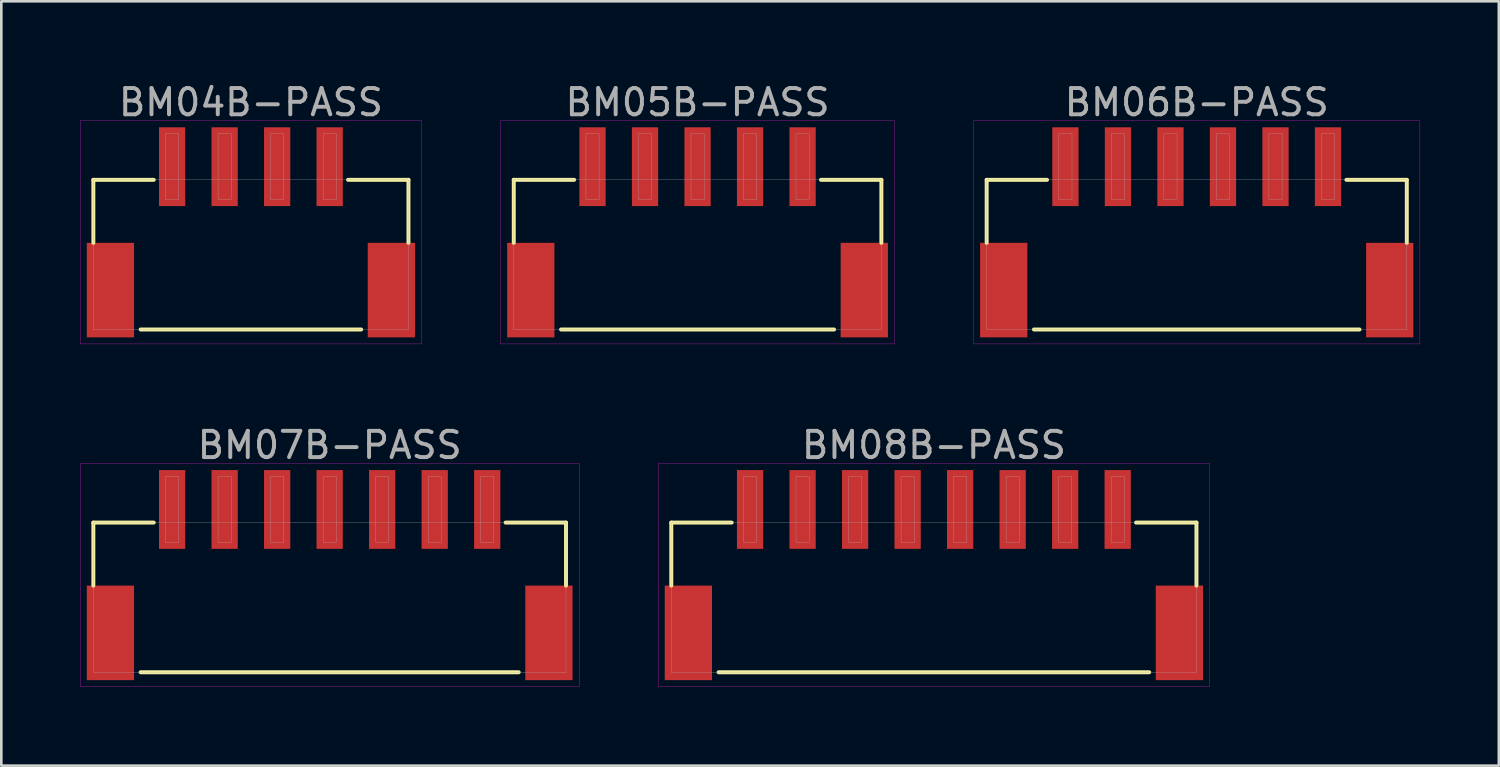
<source format=kicad_pcb>
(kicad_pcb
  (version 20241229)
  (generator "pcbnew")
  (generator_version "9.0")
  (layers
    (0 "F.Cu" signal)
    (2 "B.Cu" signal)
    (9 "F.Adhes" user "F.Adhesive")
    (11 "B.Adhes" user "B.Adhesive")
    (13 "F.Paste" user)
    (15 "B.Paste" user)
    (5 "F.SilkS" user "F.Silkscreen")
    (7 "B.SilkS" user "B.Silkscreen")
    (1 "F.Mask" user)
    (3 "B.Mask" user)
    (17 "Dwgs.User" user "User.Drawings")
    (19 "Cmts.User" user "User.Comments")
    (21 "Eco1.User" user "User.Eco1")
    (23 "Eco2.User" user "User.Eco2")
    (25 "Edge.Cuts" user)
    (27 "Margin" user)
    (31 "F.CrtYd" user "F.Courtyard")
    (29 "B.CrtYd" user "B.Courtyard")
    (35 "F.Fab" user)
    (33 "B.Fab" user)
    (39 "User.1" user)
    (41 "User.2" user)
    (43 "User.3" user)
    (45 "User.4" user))
  (footprint "BM05B-PASS"
    (layer "F.Cu")
    (at 23.515 3.298)
    (property "Reference" "BM05B-PASS" (at 0 -2.45 0) (layer "F.Fab") (effects (font (size 1 1) (thickness 0.15))))
    (attr smd)
    (fp_line (start -7 0.5) (end -4.7 0.5) (stroke (width 0.15) (type solid)) (layer "F.SilkS"))
    (fp_line (start -7 2.9) (end -7 0.5) (stroke (width 0.15) (type solid)) (layer "F.SilkS"))
    (fp_line (start -5.2 6.2) (end 5.2 6.2) (stroke (width 0.15) (type solid)) (layer "F.SilkS"))
    (fp_line (start 7 0.5) (end 4.7 0.5) (stroke (width 0.15) (type solid)) (layer "F.SilkS"))
    (fp_line (start 7 2.9) (end 7 0.5) (stroke (width 0.15) (type solid)) (layer "F.SilkS"))
    (fp_line (start -7.5 -1.75) (end 7.5 -1.75) (stroke (width 0.01) (type solid)) (layer "F.CrtYd"))
    (fp_line (start -7.5 6.75) (end -7.5 -1.75) (stroke (width 0.01) (type solid)) (layer "F.CrtYd"))
    (fp_line (start 7.5 -1.75) (end 7.5 6.75) (stroke (width 0.01) (type solid)) (layer "F.CrtYd"))
    (fp_line (start 7.5 6.75) (end -7.5 6.75) (stroke (width 0.01) (type solid)) (layer "F.CrtYd"))
    (fp_line (start -7 0.5) (end 7 0.5) (stroke (width 0.01) (type solid)) (layer "F.Fab"))
    (fp_line (start -7 6.2) (end -7 0.5) (stroke (width 0.01) (type solid)) (layer "F.Fab"))
    (fp_line (start -4.25 -1.25) (end -3.75 -1.25) (stroke (width 0.01) (type solid)) (layer "F.Fab"))
    (fp_line (start -4.25 1.25) (end -4.25 -1.25) (stroke (width 0.01) (type solid)) (layer "F.Fab"))
    (fp_line (start -3.75 -1.25) (end -3.75 1.25) (stroke (width 0.01) (type solid)) (layer "F.Fab"))
    (fp_line (start -3.75 1.25) (end -4.25 1.25) (stroke (width 0.01) (type solid)) (layer "F.Fab"))
    (fp_line (start -2.25 -1.25) (end -1.75 -1.25) (stroke (width 0.01) (type solid)) (layer "F.Fab"))
    (fp_line (start -2.25 1.25) (end -2.25 -1.25) (stroke (width 0.01) (type solid)) (layer "F.Fab"))
    (fp_line (start -1.75 -1.25) (end -1.75 1.25) (stroke (width 0.01) (type solid)) (layer "F.Fab"))
    (fp_line (start -1.75 1.25) (end -2.25 1.25) (stroke (width 0.01) (type solid)) (layer "F.Fab"))
    (fp_line (start -0.25 -1.25) (end 0.25 -1.25) (stroke (width 0.01) (type solid)) (layer "F.Fab"))
    (fp_line (start -0.25 1.25) (end -0.25 -1.25) (stroke (width 0.01) (type solid)) (layer "F.Fab"))
    (fp_line (start 0.25 -1.25) (end 0.25 1.25) (stroke (width 0.01) (type solid)) (layer "F.Fab"))
    (fp_line (start 0.25 1.25) (end -0.25 1.25) (stroke (width 0.01) (type solid)) (layer "F.Fab"))
    (fp_line (start 1.75 -1.25) (end 2.25 -1.25) (stroke (width 0.01) (type solid)) (layer "F.Fab"))
    (fp_line (start 1.75 1.25) (end 1.75 -1.25) (stroke (width 0.01) (type solid)) (layer "F.Fab"))
    (fp_line (start 2.25 -1.25) (end 2.25 1.25) (stroke (width 0.01) (type solid)) (layer "F.Fab"))
    (fp_line (start 2.25 1.25) (end 1.75 1.25) (stroke (width 0.01) (type solid)) (layer "F.Fab"))
    (fp_line (start 3.75 -1.25) (end 4.25 -1.25) (stroke (width 0.01) (type solid)) (layer "F.Fab"))
    (fp_line (start 3.75 1.25) (end 3.75 -1.25) (stroke (width 0.01) (type solid)) (layer "F.Fab"))
    (fp_line (start 4.25 -1.25) (end 4.25 1.25) (stroke (width 0.01) (type solid)) (layer "F.Fab"))
    (fp_line (start 4.25 1.25) (end 3.75 1.25) (stroke (width 0.01) (type solid)) (layer "F.Fab"))
    (fp_line (start 7 0.5) (end 7 6.2) (stroke (width 0.01) (type solid)) (layer "F.Fab"))
    (fp_line (start 7 6.2) (end -7 6.2) (stroke (width 0.01) (type solid)) (layer "F.Fab"))
    (pad "" smd rect (at -6.35 4.7) (size 1.8 3.6) (layers "F.Cu" "F.Mask" "F.Paste"))
    (pad "" smd rect (at 6.35 4.7) (size 1.8 3.6) (layers "F.Cu" "F.Mask" "F.Paste"))
    (pad "1" smd rect (at 4 0) (size 1 3) (layers "F.Cu" "F.Mask" "F.Paste"))
    (pad "2" smd rect (at 2 0) (size 1 3) (layers "F.Cu" "F.Mask" "F.Paste"))
    (pad "3" smd rect (at 0 0) (size 1 3) (layers "F.Cu" "F.Mask" "F.Paste"))
    (pad "4" smd rect (at -2 0) (size 1 3) (layers "F.Cu" "F.Mask" "F.Paste"))
    (pad "5" smd rect (at -4 0) (size 1 3) (layers "F.Cu" "F.Mask" "F.Paste")))
  (footprint "BM06B-PASS"
    (layer "F.Cu")
    (at 42.525 3.298)
    (property "Reference" "BM06B-PASS" (at 0 -2.45 0) (layer "F.Fab") (effects (font (size 1 1) (thickness 0.15))))
    (attr smd)
    (fp_line (start -8 0.5) (end -5.7 0.5) (stroke (width 0.15) (type solid)) (layer "F.SilkS"))
    (fp_line (start -8 2.9) (end -8 0.5) (stroke (width 0.15) (type solid)) (layer "F.SilkS"))
    (fp_line (start -6.2 6.2) (end 6.2 6.2) (stroke (width 0.15) (type solid)) (layer "F.SilkS"))
    (fp_line (start 8 0.5) (end 5.7 0.5) (stroke (width 0.15) (type solid)) (layer "F.SilkS"))
    (fp_line (start 8 2.9) (end 8 0.5) (stroke (width 0.15) (type solid)) (layer "F.SilkS"))
    (fp_line (start -8.5 -1.75) (end 8.5 -1.75) (stroke (width 0.01) (type solid)) (layer "F.CrtYd"))
    (fp_line (start -8.5 6.75) (end -8.5 -1.75) (stroke (width 0.01) (type solid)) (layer "F.CrtYd"))
    (fp_line (start 8.5 -1.75) (end 8.5 6.75) (stroke (width 0.01) (type solid)) (layer "F.CrtYd"))
    (fp_line (start 8.5 6.75) (end -8.5 6.75) (stroke (width 0.01) (type solid)) (layer "F.CrtYd"))
    (fp_line (start -8 0.5) (end 8 0.5) (stroke (width 0.01) (type solid)) (layer "F.Fab"))
    (fp_line (start -8 6.2) (end -8 0.5) (stroke (width 0.01) (type solid)) (layer "F.Fab"))
    (fp_line (start -5.25 -1.25) (end -4.75 -1.25) (stroke (width 0.01) (type solid)) (layer "F.Fab"))
    (fp_line (start -5.25 1.25) (end -5.25 -1.25) (stroke (width 0.01) (type solid)) (layer "F.Fab"))
    (fp_line (start -4.75 -1.25) (end -4.75 1.25) (stroke (width 0.01) (type solid)) (layer "F.Fab"))
    (fp_line (start -4.75 1.25) (end -5.25 1.25) (stroke (width 0.01) (type solid)) (layer "F.Fab"))
    (fp_line (start -3.25 -1.25) (end -2.75 -1.25) (stroke (width 0.01) (type solid)) (layer "F.Fab"))
    (fp_line (start -3.25 1.25) (end -3.25 -1.25) (stroke (width 0.01) (type solid)) (layer "F.Fab"))
    (fp_line (start -2.75 -1.25) (end -2.75 1.25) (stroke (width 0.01) (type solid)) (layer "F.Fab"))
    (fp_line (start -2.75 1.25) (end -3.25 1.25) (stroke (width 0.01) (type solid)) (layer "F.Fab"))
    (fp_line (start -1.25 -1.25) (end -0.75 -1.25) (stroke (width 0.01) (type solid)) (layer "F.Fab"))
    (fp_line (start -1.25 1.25) (end -1.25 -1.25) (stroke (width 0.01) (type solid)) (layer "F.Fab"))
    (fp_line (start -0.75 -1.25) (end -0.75 1.25) (stroke (width 0.01) (type solid)) (layer "F.Fab"))
    (fp_line (start -0.75 1.25) (end -1.25 1.25) (stroke (width 0.01) (type solid)) (layer "F.Fab"))
    (fp_line (start 0.75 -1.25) (end 1.25 -1.25) (stroke (width 0.01) (type solid)) (layer "F.Fab"))
    (fp_line (start 0.75 1.25) (end 0.75 -1.25) (stroke (width 0.01) (type solid)) (layer "F.Fab"))
    (fp_line (start 1.25 -1.25) (end 1.25 1.25) (stroke (width 0.01) (type solid)) (layer "F.Fab"))
    (fp_line (start 1.25 1.25) (end 0.75 1.25) (stroke (width 0.01) (type solid)) (layer "F.Fab"))
    (fp_line (start 2.75 -1.25) (end 3.25 -1.25) (stroke (width 0.01) (type solid)) (layer "F.Fab"))
    (fp_line (start 2.75 1.25) (end 2.75 -1.25) (stroke (width 0.01) (type solid)) (layer "F.Fab"))
    (fp_line (start 3.25 -1.25) (end 3.25 1.25) (stroke (width 0.01) (type solid)) (layer "F.Fab"))
    (fp_line (start 3.25 1.25) (end 2.75 1.25) (stroke (width 0.01) (type solid)) (layer "F.Fab"))
    (fp_line (start 4.75 -1.25) (end 5.25 -1.25) (stroke (width 0.01) (type solid)) (layer "F.Fab"))
    (fp_line (start 4.75 1.25) (end 4.75 -1.25) (stroke (width 0.01) (type solid)) (layer "F.Fab"))
    (fp_line (start 5.25 -1.25) (end 5.25 1.25) (stroke (width 0.01) (type solid)) (layer "F.Fab"))
    (fp_line (start 5.25 1.25) (end 4.75 1.25) (stroke (width 0.01) (type solid)) (layer "F.Fab"))
    (fp_line (start 8 0.5) (end 8 6.2) (stroke (width 0.01) (type solid)) (layer "F.Fab"))
    (fp_line (start 8 6.2) (end -8 6.2) (stroke (width 0.01) (type solid)) (layer "F.Fab"))
    (pad "" smd rect (at -7.35 4.7) (size 1.8 3.6) (layers "F.Cu" "F.Mask" "F.Paste"))
    (pad "" smd rect (at 7.35 4.7) (size 1.8 3.6) (layers "F.Cu" "F.Mask" "F.Paste"))
    (pad "1" smd rect (at 5 0) (size 1 3) (layers "F.Cu" "F.Mask" "F.Paste"))
    (pad "2" smd rect (at 3 0) (size 1 3) (layers "F.Cu" "F.Mask" "F.Paste"))
    (pad "3" smd rect (at 1 0) (size 1 3) (layers "F.Cu" "F.Mask" "F.Paste"))
    (pad "4" smd rect (at -1 0) (size 1 3) (layers "F.Cu" "F.Mask" "F.Paste"))
    (pad "5" smd rect (at -3 0) (size 1 3) (layers "F.Cu" "F.Mask" "F.Paste"))
    (pad "6" smd rect (at -5 0) (size 1 3) (layers "F.Cu" "F.Mask" "F.Paste")))
  (footprint "BM07B-PASS"
    (layer "F.Cu")
    (at 9.505 16.352)
    (property "Reference" "BM07B-PASS" (at 0 -2.45 0) (layer "F.Fab") (effects (font (size 1 1) (thickness 0.15))))
    (attr smd)
    (fp_line (start -9 0.5) (end -6.7 0.5) (stroke (width 0.15) (type solid)) (layer "F.SilkS"))
    (fp_line (start -9 2.9) (end -9 0.5) (stroke (width 0.15) (type solid)) (layer "F.SilkS"))
    (fp_line (start -7.2 6.2) (end 7.2 6.2) (stroke (width 0.15) (type solid)) (layer "F.SilkS"))
    (fp_line (start 9 0.5) (end 6.7 0.5) (stroke (width 0.15) (type solid)) (layer "F.SilkS"))
    (fp_line (start 9 2.9) (end 9 0.5) (stroke (width 0.15) (type solid)) (layer "F.SilkS"))
    (fp_line (start -9.5 -1.75) (end 9.5 -1.75) (stroke (width 0.01) (type solid)) (layer "F.CrtYd"))
    (fp_line (start -9.5 6.75) (end -9.5 -1.75) (stroke (width 0.01) (type solid)) (layer "F.CrtYd"))
    (fp_line (start 9.5 -1.75) (end 9.5 6.75) (stroke (width 0.01) (type solid)) (layer "F.CrtYd"))
    (fp_line (start 9.5 6.75) (end -9.5 6.75) (stroke (width 0.01) (type solid)) (layer "F.CrtYd"))
    (fp_line (start -9 0.5) (end 9 0.5) (stroke (width 0.01) (type solid)) (layer "F.Fab"))
    (fp_line (start -9 6.2) (end -9 0.5) (stroke (width 0.01) (type solid)) (layer "F.Fab"))
    (fp_line (start -6.25 -1.25) (end -5.75 -1.25) (stroke (width 0.01) (type solid)) (layer "F.Fab"))
    (fp_line (start -6.25 1.25) (end -6.25 -1.25) (stroke (width 0.01) (type solid)) (layer "F.Fab"))
    (fp_line (start -5.75 -1.25) (end -5.75 1.25) (stroke (width 0.01) (type solid)) (layer "F.Fab"))
    (fp_line (start -5.75 1.25) (end -6.25 1.25) (stroke (width 0.01) (type solid)) (layer "F.Fab"))
    (fp_line (start -4.25 -1.25) (end -3.75 -1.25) (stroke (width 0.01) (type solid)) (layer "F.Fab"))
    (fp_line (start -4.25 1.25) (end -4.25 -1.25) (stroke (width 0.01) (type solid)) (layer "F.Fab"))
    (fp_line (start -3.75 -1.25) (end -3.75 1.25) (stroke (width 0.01) (type solid)) (layer "F.Fab"))
    (fp_line (start -3.75 1.25) (end -4.25 1.25) (stroke (width 0.01) (type solid)) (layer "F.Fab"))
    (fp_line (start -2.25 -1.25) (end -1.75 -1.25) (stroke (width 0.01) (type solid)) (layer "F.Fab"))
    (fp_line (start -2.25 1.25) (end -2.25 -1.25) (stroke (width 0.01) (type solid)) (layer "F.Fab"))
    (fp_line (start -1.75 -1.25) (end -1.75 1.25) (stroke (width 0.01) (type solid)) (layer "F.Fab"))
    (fp_line (start -1.75 1.25) (end -2.25 1.25) (stroke (width 0.01) (type solid)) (layer "F.Fab"))
    (fp_line (start -0.25 -1.25) (end 0.25 -1.25) (stroke (width 0.01) (type solid)) (layer "F.Fab"))
    (fp_line (start -0.25 1.25) (end -0.25 -1.25) (stroke (width 0.01) (type solid)) (layer "F.Fab"))
    (fp_line (start 0.25 -1.25) (end 0.25 1.25) (stroke (width 0.01) (type solid)) (layer "F.Fab"))
    (fp_line (start 0.25 1.25) (end -0.25 1.25) (stroke (width 0.01) (type solid)) (layer "F.Fab"))
    (fp_line (start 1.75 -1.25) (end 2.25 -1.25) (stroke (width 0.01) (type solid)) (layer "F.Fab"))
    (fp_line (start 1.75 1.25) (end 1.75 -1.25) (stroke (width 0.01) (type solid)) (layer "F.Fab"))
    (fp_line (start 2.25 -1.25) (end 2.25 1.25) (stroke (width 0.01) (type solid)) (layer "F.Fab"))
    (fp_line (start 2.25 1.25) (end 1.75 1.25) (stroke (width 0.01) (type solid)) (layer "F.Fab"))
    (fp_line (start 3.75 -1.25) (end 4.25 -1.25) (stroke (width 0.01) (type solid)) (layer "F.Fab"))
    (fp_line (start 3.75 1.25) (end 3.75 -1.25) (stroke (width 0.01) (type solid)) (layer "F.Fab"))
    (fp_line (start 4.25 -1.25) (end 4.25 1.25) (stroke (width 0.01) (type solid)) (layer "F.Fab"))
    (fp_line (start 4.25 1.25) (end 3.75 1.25) (stroke (width 0.01) (type solid)) (layer "F.Fab"))
    (fp_line (start 5.75 -1.25) (end 6.25 -1.25) (stroke (width 0.01) (type solid)) (layer "F.Fab"))
    (fp_line (start 5.75 1.25) (end 5.75 -1.25) (stroke (width 0.01) (type solid)) (layer "F.Fab"))
    (fp_line (start 6.25 -1.25) (end 6.25 1.25) (stroke (width 0.01) (type solid)) (layer "F.Fab"))
    (fp_line (start 6.25 1.25) (end 5.75 1.25) (stroke (width 0.01) (type solid)) (layer "F.Fab"))
    (fp_line (start 9 0.5) (end 9 6.2) (stroke (width 0.01) (type solid)) (layer "F.Fab"))
    (fp_line (start 9 6.2) (end -9 6.2) (stroke (width 0.01) (type solid)) (layer "F.Fab"))
    (pad "" smd rect (at -8.35 4.7) (size 1.8 3.6) (layers "F.Cu" "F.Mask" "F.Paste"))
    (pad "" smd rect (at 8.35 4.7) (size 1.8 3.6) (layers "F.Cu" "F.Mask" "F.Paste"))
    (pad "1" smd rect (at 6 0) (size 1 3) (layers "F.Cu" "F.Mask" "F.Paste"))
    (pad "2" smd rect (at 4 0) (size 1 3) (layers "F.Cu" "F.Mask" "F.Paste"))
    (pad "3" smd rect (at 2 0) (size 1 3) (layers "F.Cu" "F.Mask" "F.Paste"))
    (pad "4" smd rect (at 0 0) (size 1 3) (layers "F.Cu" "F.Mask" "F.Paste"))
    (pad "5" smd rect (at -2 0) (size 1 3) (layers "F.Cu" "F.Mask" "F.Paste"))
    (pad "6" smd rect (at -4 0) (size 1 3) (layers "F.Cu" "F.Mask" "F.Paste"))
    (pad "7" smd rect (at -6 0) (size 1 3) (layers "F.Cu" "F.Mask" "F.Paste")))
  (footprint "BM08B-PASS"
    (layer "F.Cu")
    (at 32.515 16.352)
    (property "Reference" "BM08B-PASS" (at 0 -2.45 0) (layer "F.Fab") (effects (font (size 1 1) (thickness 0.15))))
    (attr smd)
    (fp_line (start -10 0.5) (end -7.7 0.5) (stroke (width 0.15) (type solid)) (layer "F.SilkS"))
    (fp_line (start -10 2.9) (end -10 0.5) (stroke (width 0.15) (type solid)) (layer "F.SilkS"))
    (fp_line (start -8.2 6.2) (end 8.2 6.2) (stroke (width 0.15) (type solid)) (layer "F.SilkS"))
    (fp_line (start 10 0.5) (end 7.7 0.5) (stroke (width 0.15) (type solid)) (layer "F.SilkS"))
    (fp_line (start 10 2.9) (end 10 0.5) (stroke (width 0.15) (type solid)) (layer "F.SilkS"))
    (fp_line (start -10.5 -1.75) (end 10.5 -1.75) (stroke (width 0.01) (type solid)) (layer "F.CrtYd"))
    (fp_line (start -10.5 6.75) (end -10.5 -1.75) (stroke (width 0.01) (type solid)) (layer "F.CrtYd"))
    (fp_line (start 10.5 -1.75) (end 10.5 6.75) (stroke (width 0.01) (type solid)) (layer "F.CrtYd"))
    (fp_line (start 10.5 6.75) (end -10.5 6.75) (stroke (width 0.01) (type solid)) (layer "F.CrtYd"))
    (fp_line (start -10 0.5) (end 10 0.5) (stroke (width 0.01) (type solid)) (layer "F.Fab"))
    (fp_line (start -10 6.2) (end -10 0.5) (stroke (width 0.01) (type solid)) (layer "F.Fab"))
    (fp_line (start -7.25 -1.25) (end -6.75 -1.25) (stroke (width 0.01) (type solid)) (layer "F.Fab"))
    (fp_line (start -7.25 1.25) (end -7.25 -1.25) (stroke (width 0.01) (type solid)) (layer "F.Fab"))
    (fp_line (start -6.75 -1.25) (end -6.75 1.25) (stroke (width 0.01) (type solid)) (layer "F.Fab"))
    (fp_line (start -6.75 1.25) (end -7.25 1.25) (stroke (width 0.01) (type solid)) (layer "F.Fab"))
    (fp_line (start -5.25 -1.25) (end -4.75 -1.25) (stroke (width 0.01) (type solid)) (layer "F.Fab"))
    (fp_line (start -5.25 1.25) (end -5.25 -1.25) (stroke (width 0.01) (type solid)) (layer "F.Fab"))
    (fp_line (start -4.75 -1.25) (end -4.75 1.25) (stroke (width 0.01) (type solid)) (layer "F.Fab"))
    (fp_line (start -4.75 1.25) (end -5.25 1.25) (stroke (width 0.01) (type solid)) (layer "F.Fab"))
    (fp_line (start -3.25 -1.25) (end -2.75 -1.25) (stroke (width 0.01) (type solid)) (layer "F.Fab"))
    (fp_line (start -3.25 1.25) (end -3.25 -1.25) (stroke (width 0.01) (type solid)) (layer "F.Fab"))
    (fp_line (start -2.75 -1.25) (end -2.75 1.25) (stroke (width 0.01) (type solid)) (layer "F.Fab"))
    (fp_line (start -2.75 1.25) (end -3.25 1.25) (stroke (width 0.01) (type solid)) (layer "F.Fab"))
    (fp_line (start -1.25 -1.25) (end -0.75 -1.25) (stroke (width 0.01) (type solid)) (layer "F.Fab"))
    (fp_line (start -1.25 1.25) (end -1.25 -1.25) (stroke (width 0.01) (type solid)) (layer "F.Fab"))
    (fp_line (start -0.75 -1.25) (end -0.75 1.25) (stroke (width 0.01) (type solid)) (layer "F.Fab"))
    (fp_line (start -0.75 1.25) (end -1.25 1.25) (stroke (width 0.01) (type solid)) (layer "F.Fab"))
    (fp_line (start 0.75 -1.25) (end 1.25 -1.25) (stroke (width 0.01) (type solid)) (layer "F.Fab"))
    (fp_line (start 0.75 1.25) (end 0.75 -1.25) (stroke (width 0.01) (type solid)) (layer "F.Fab"))
    (fp_line (start 1.25 -1.25) (end 1.25 1.25) (stroke (width 0.01) (type solid)) (layer "F.Fab"))
    (fp_line (start 1.25 1.25) (end 0.75 1.25) (stroke (width 0.01) (type solid)) (layer "F.Fab"))
    (fp_line (start 2.75 -1.25) (end 3.25 -1.25) (stroke (width 0.01) (type solid)) (layer "F.Fab"))
    (fp_line (start 2.75 1.25) (end 2.75 -1.25) (stroke (width 0.01) (type solid)) (layer "F.Fab"))
    (fp_line (start 3.25 -1.25) (end 3.25 1.25) (stroke (width 0.01) (type solid)) (layer "F.Fab"))
    (fp_line (start 3.25 1.25) (end 2.75 1.25) (stroke (width 0.01) (type solid)) (layer "F.Fab"))
    (fp_line (start 4.75 -1.25) (end 5.25 -1.25) (stroke (width 0.01) (type solid)) (layer "F.Fab"))
    (fp_line (start 4.75 1.25) (end 4.75 -1.25) (stroke (width 0.01) (type solid)) (layer "F.Fab"))
    (fp_line (start 5.25 -1.25) (end 5.25 1.25) (stroke (width 0.01) (type solid)) (layer "F.Fab"))
    (fp_line (start 5.25 1.25) (end 4.75 1.25) (stroke (width 0.01) (type solid)) (layer "F.Fab"))
    (fp_line (start 6.75 -1.25) (end 7.25 -1.25) (stroke (width 0.01) (type solid)) (layer "F.Fab"))
    (fp_line (start 6.75 1.25) (end 6.75 -1.25) (stroke (width 0.01) (type solid)) (layer "F.Fab"))
    (fp_line (start 7.25 -1.25) (end 7.25 1.25) (stroke (width 0.01) (type solid)) (layer "F.Fab"))
    (fp_line (start 7.25 1.25) (end 6.75 1.25) (stroke (width 0.01) (type solid)) (layer "F.Fab"))
    (fp_line (start 10 0.5) (end 10 6.2) (stroke (width 0.01) (type solid)) (layer "F.Fab"))
    (fp_line (start 10 6.2) (end -10 6.2) (stroke (width 0.01) (type solid)) (layer "F.Fab"))
    (pad "" smd rect (at -9.35 4.7) (size 1.8 3.6) (layers "F.Cu" "F.Mask" "F.Paste"))
    (pad "" smd rect (at 9.35 4.7) (size 1.8 3.6) (layers "F.Cu" "F.Mask" "F.Paste"))
    (pad "1" smd rect (at 7 0) (size 1 3) (layers "F.Cu" "F.Mask" "F.Paste"))
    (pad "2" smd rect (at 5 0) (size 1 3) (layers "F.Cu" "F.Mask" "F.Paste"))
    (pad "3" smd rect (at 3 0) (size 1 3) (layers "F.Cu" "F.Mask" "F.Paste"))
    (pad "4" smd rect (at 1 0) (size 1 3) (layers "F.Cu" "F.Mask" "F.Paste"))
    (pad "5" smd rect (at -1 0) (size 1 3) (layers "F.Cu" "F.Mask" "F.Paste"))
    (pad "6" smd rect (at -3 0) (size 1 3) (layers "F.Cu" "F.Mask" "F.Paste"))
    (pad "7" smd rect (at -5 0) (size 1 3) (layers "F.Cu" "F.Mask" "F.Paste"))
    (pad "8" smd rect (at -7 0) (size 1 3) (layers "F.Cu" "F.Mask" "F.Paste")))
  (footprint "BM04B-PASS"
    (layer "F.Cu")
    (at 6.505 3.298)
    (property "Reference" "BM04B-PASS" (at 0 -2.45 0) (layer "F.Fab") (effects (font (size 1 1) (thickness 0.15))))
    (attr smd)
    (fp_line (start -6 0.5) (end -3.7 0.5) (stroke (width 0.15) (type solid)) (layer "F.SilkS"))
    (fp_line (start -6 2.9) (end -6 0.5) (stroke (width 0.15) (type solid)) (layer "F.SilkS"))
    (fp_line (start -4.2 6.2) (end 4.2 6.2) (stroke (width 0.15) (type solid)) (layer "F.SilkS"))
    (fp_line (start 6 0.5) (end 3.7 0.5) (stroke (width 0.15) (type solid)) (layer "F.SilkS"))
    (fp_line (start 6 2.9) (end 6 0.5) (stroke (width 0.15) (type solid)) (layer "F.SilkS"))
    (fp_line (start -6.5 -1.75) (end 6.5 -1.75) (stroke (width 0.01) (type solid)) (layer "F.CrtYd"))
    (fp_line (start -6.5 6.75) (end -6.5 -1.75) (stroke (width 0.01) (type solid)) (layer "F.CrtYd"))
    (fp_line (start 6.5 -1.75) (end 6.5 6.75) (stroke (width 0.01) (type solid)) (layer "F.CrtYd"))
    (fp_line (start 6.5 6.75) (end -6.5 6.75) (stroke (width 0.01) (type solid)) (layer "F.CrtYd"))
    (fp_line (start -6 0.5) (end 6 0.5) (stroke (width 0.01) (type solid)) (layer "F.Fab"))
    (fp_line (start -6 6.2) (end -6 0.5) (stroke (width 0.01) (type solid)) (layer "F.Fab"))
    (fp_line (start -3.25 -1.25) (end -2.75 -1.25) (stroke (width 0.01) (type solid)) (layer "F.Fab"))
    (fp_line (start -3.25 1.25) (end -3.25 -1.25) (stroke (width 0.01) (type solid)) (layer "F.Fab"))
    (fp_line (start -2.75 -1.25) (end -2.75 1.25) (stroke (width 0.01) (type solid)) (layer "F.Fab"))
    (fp_line (start -2.75 1.25) (end -3.25 1.25) (stroke (width 0.01) (type solid)) (layer "F.Fab"))
    (fp_line (start -1.25 -1.25) (end -0.75 -1.25) (stroke (width 0.01) (type solid)) (layer "F.Fab"))
    (fp_line (start -1.25 1.25) (end -1.25 -1.25) (stroke (width 0.01) (type solid)) (layer "F.Fab"))
    (fp_line (start -0.75 -1.25) (end -0.75 1.25) (stroke (width 0.01) (type solid)) (layer "F.Fab"))
    (fp_line (start -0.75 1.25) (end -1.25 1.25) (stroke (width 0.01) (type solid)) (layer "F.Fab"))
    (fp_line (start 0.75 -1.25) (end 1.25 -1.25) (stroke (width 0.01) (type solid)) (layer "F.Fab"))
    (fp_line (start 0.75 1.25) (end 0.75 -1.25) (stroke (width 0.01) (type solid)) (layer "F.Fab"))
    (fp_line (start 1.25 -1.25) (end 1.25 1.25) (stroke (width 0.01) (type solid)) (layer "F.Fab"))
    (fp_line (start 1.25 1.25) (end 0.75 1.25) (stroke (width 0.01) (type solid)) (layer "F.Fab"))
    (fp_line (start 2.75 -1.25) (end 3.25 -1.25) (stroke (width 0.01) (type solid)) (layer "F.Fab"))
    (fp_line (start 2.75 1.25) (end 2.75 -1.25) (stroke (width 0.01) (type solid)) (layer "F.Fab"))
    (fp_line (start 3.25 -1.25) (end 3.25 1.25) (stroke (width 0.01) (type solid)) (layer "F.Fab"))
    (fp_line (start 3.25 1.25) (end 2.75 1.25) (stroke (width 0.01) (type solid)) (layer "F.Fab"))
    (fp_line (start 6 0.5) (end 6 6.2) (stroke (width 0.01) (type solid)) (layer "F.Fab"))
    (fp_line (start 6 6.2) (end -6 6.2) (stroke (width 0.01) (type solid)) (layer "F.Fab"))
    (pad "" smd rect (at -5.35 4.7) (size 1.8 3.6) (layers "F.Cu" "F.Mask" "F.Paste"))
    (pad "" smd rect (at 5.35 4.7) (size 1.8 3.6) (layers "F.Cu" "F.Mask" "F.Paste"))
    (pad "1" smd rect (at 3 0) (size 1 3) (layers "F.Cu" "F.Mask" "F.Paste"))
    (pad "2" smd rect (at 1 0) (size 1 3) (layers "F.Cu" "F.Mask" "F.Paste"))
    (pad "3" smd rect (at -1 0) (size 1 3) (layers "F.Cu" "F.Mask" "F.Paste"))
    (pad "4" smd rect (at -3 0) (size 1 3) (layers "F.Cu" "F.Mask" "F.Paste")))
  (gr_rect
    (start -3 -3)
    (end 54.03 26.107)
    (stroke (width 0.1) (type default))
    (fill no)
    (layer "Edge.Cuts")))
</source>
